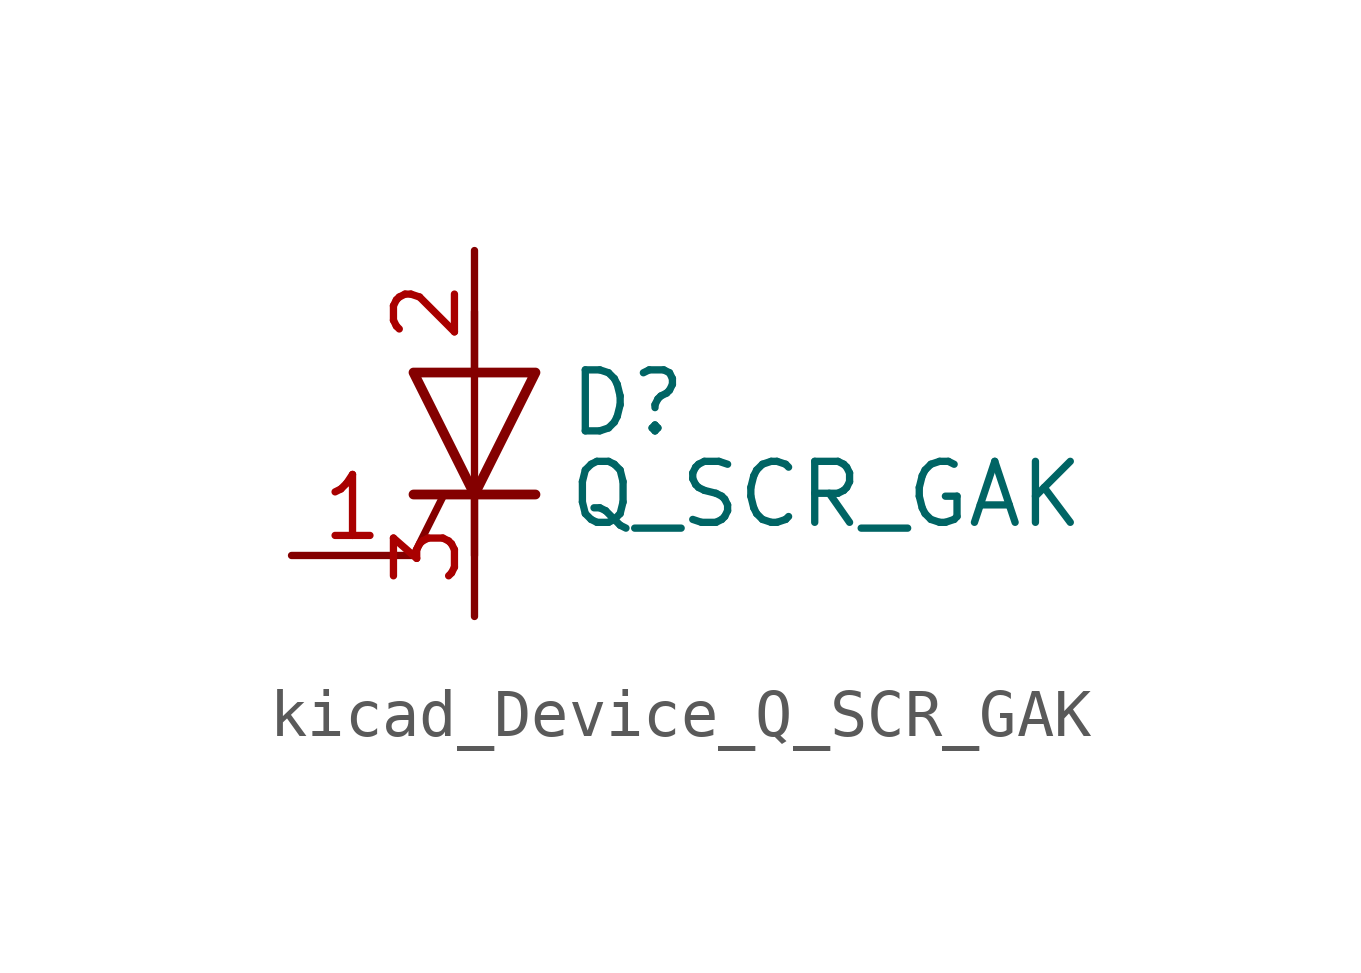
<source format=kicad_sym>
(kicad_symbol_lib
  (version 20220914)
  (generator kicad_symbol_editor)
  (symbol "kicad_Device_Q_SCR_GAK"
    (pin_names
      (offset 0) hide)
    (property "Reference" "D"
      (at 1.905 0.635 0)
      (effects (font (size 1.27 1.27)) (justify left)))
    (property "Value" "Q_SCR_GAK"
      (at 1.905 -1.27 0)
      (effects (font (size 1.27 1.27)) (justify left)))
    (symbol "kicad_Device_Q_SCR_GAK_0_1"
      (polyline (pts (xy -1.27 -2.54) (xy -0.635 -1.27)) (stroke (width 0) (type default)) (fill (type none)))
      (polyline (pts (xy -1.27 -1.27) (xy 1.27 -1.27)) (stroke (width 0.203) (type default)) (fill (type none)))
      (polyline (pts (xy 0 -2.54) (xy 0 2.54)) (stroke (width 0) (type default)) (fill (type none)))
      (polyline (pts (xy -1.27 1.27) (xy 1.27 1.27) (xy 0 -1.27) (xy -1.27 1.27)) (stroke (width 0.203) (type default)) (fill (type none))))
    (symbol "kicad_Device_Q_SCR_GAK_1_1"
      (pin input line (at -3.81 -2.54 0) (length 2.54) (name "G" (effects (font (size 1.27 1.27)))) (number "1" (effects (font (size 1.27 1.27)))))
      (pin passive line (at 0 3.81 270) (length 2.54) (name "A" (effects (font (size 1.27 1.27)))) (number "2" (effects (font (size 1.27 1.27)))))
      (pin passive line (at 0 -3.81 90) (length 2.54) (name "K" (effects (font (size 1.27 1.27)))) (number "3" (effects (font (size 1.27 1.27))))))))
</source>
